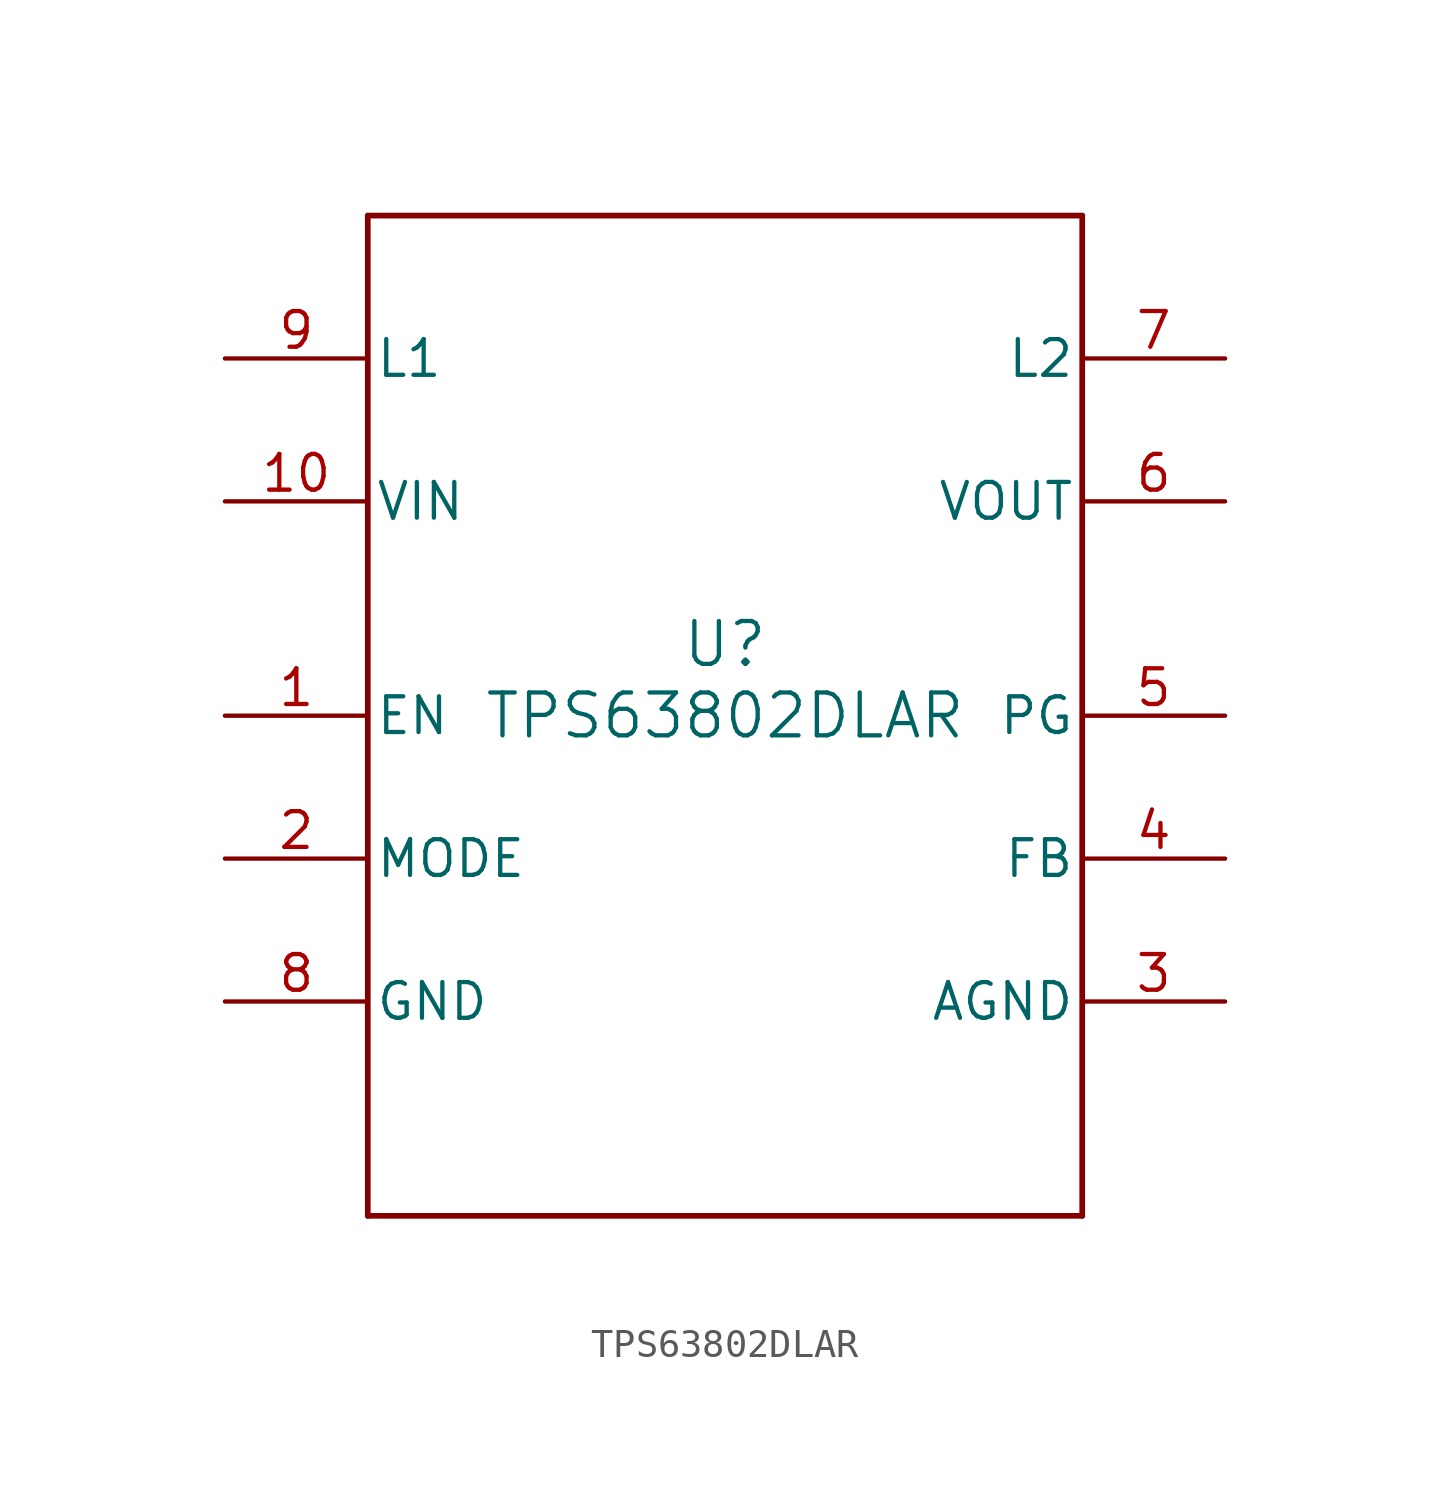
<source format=kicad_sym>
(kicad_symbol_lib
  (version 20220914)
  (generator kicad_symbol_editor)
  (symbol "TPS63802DLAR"
    (pin_names
      (offset 0.254))
    (property "Reference" "U"
      (at 0 2.54 0)
      (effects (font (size 1.524 1.524))))
    (property "Value" "TPS63802DLAR"
      (at 0 0 0)
      (effects (font (size 1.524 1.524))))
    (property "ki_locked" ""
      (at 0 0 0)
      (effects (font (size 1.27 1.27))))
    (symbol "TPS63802DLAR_0_1"
      (polyline (pts (xy -12.7 -17.78) (xy 12.7 -17.78)) (stroke (width 0.203) (type default)) (fill (type none)))
      (polyline (pts (xy -12.7 17.78) (xy -12.7 -17.78)) (stroke (width 0.203) (type default)) (fill (type none)))
      (polyline (pts (xy 12.7 -17.78) (xy 12.7 17.78)) (stroke (width 0.203) (type default)) (fill (type none)))
      (polyline (pts (xy 12.7 17.78) (xy -12.7 17.78)) (stroke (width 0.203) (type default)) (fill (type none)))
      (pin input line (at -17.78 0 0) (length 5.08) (name "EN" (effects (font (size 1.27 1.27)))) (number "1" (effects (font (size 1.27 1.27)))))
      (pin power_in line (at -17.78 7.62 0) (length 5.08) (name "VIN" (effects (font (size 1.27 1.27)))) (number "10" (effects (font (size 1.27 1.27)))))
      (pin input line (at -17.78 -5.08 0) (length 5.08) (name "MODE" (effects (font (size 1.27 1.27)))) (number "2" (effects (font (size 1.27 1.27)))))
      (pin power_in line (at 17.78 -10.16 180) (length 5.08) (name "AGND" (effects (font (size 1.27 1.27)))) (number "3" (effects (font (size 1.27 1.27)))))
      (pin input line (at 17.78 -5.08 180) (length 5.08) (name "FB" (effects (font (size 1.27 1.27)))) (number "4" (effects (font (size 1.27 1.27)))))
      (pin open_collector line (at 17.78 0 180) (length 5.08) (name "PG" (effects (font (size 1.27 1.27)))) (number "5" (effects (font (size 1.27 1.27)))))
      (pin power_in line (at 17.78 7.62 180) (length 5.08) (name "VOUT" (effects (font (size 1.27 1.27)))) (number "6" (effects (font (size 1.27 1.27)))))
      (pin unspecified line (at 17.78 12.7 180) (length 5.08) (name "L2" (effects (font (size 1.27 1.27)))) (number "7" (effects (font (size 1.27 1.27)))))
      (pin power_in line (at -17.78 -10.16 0) (length 5.08) (name "GND" (effects (font (size 1.27 1.27)))) (number "8" (effects (font (size 1.27 1.27)))))
      (pin unspecified line (at -17.78 12.7 0) (length 5.08) (name "L1" (effects (font (size 1.27 1.27)))) (number "9" (effects (font (size 1.27 1.27))))))))
</source>
